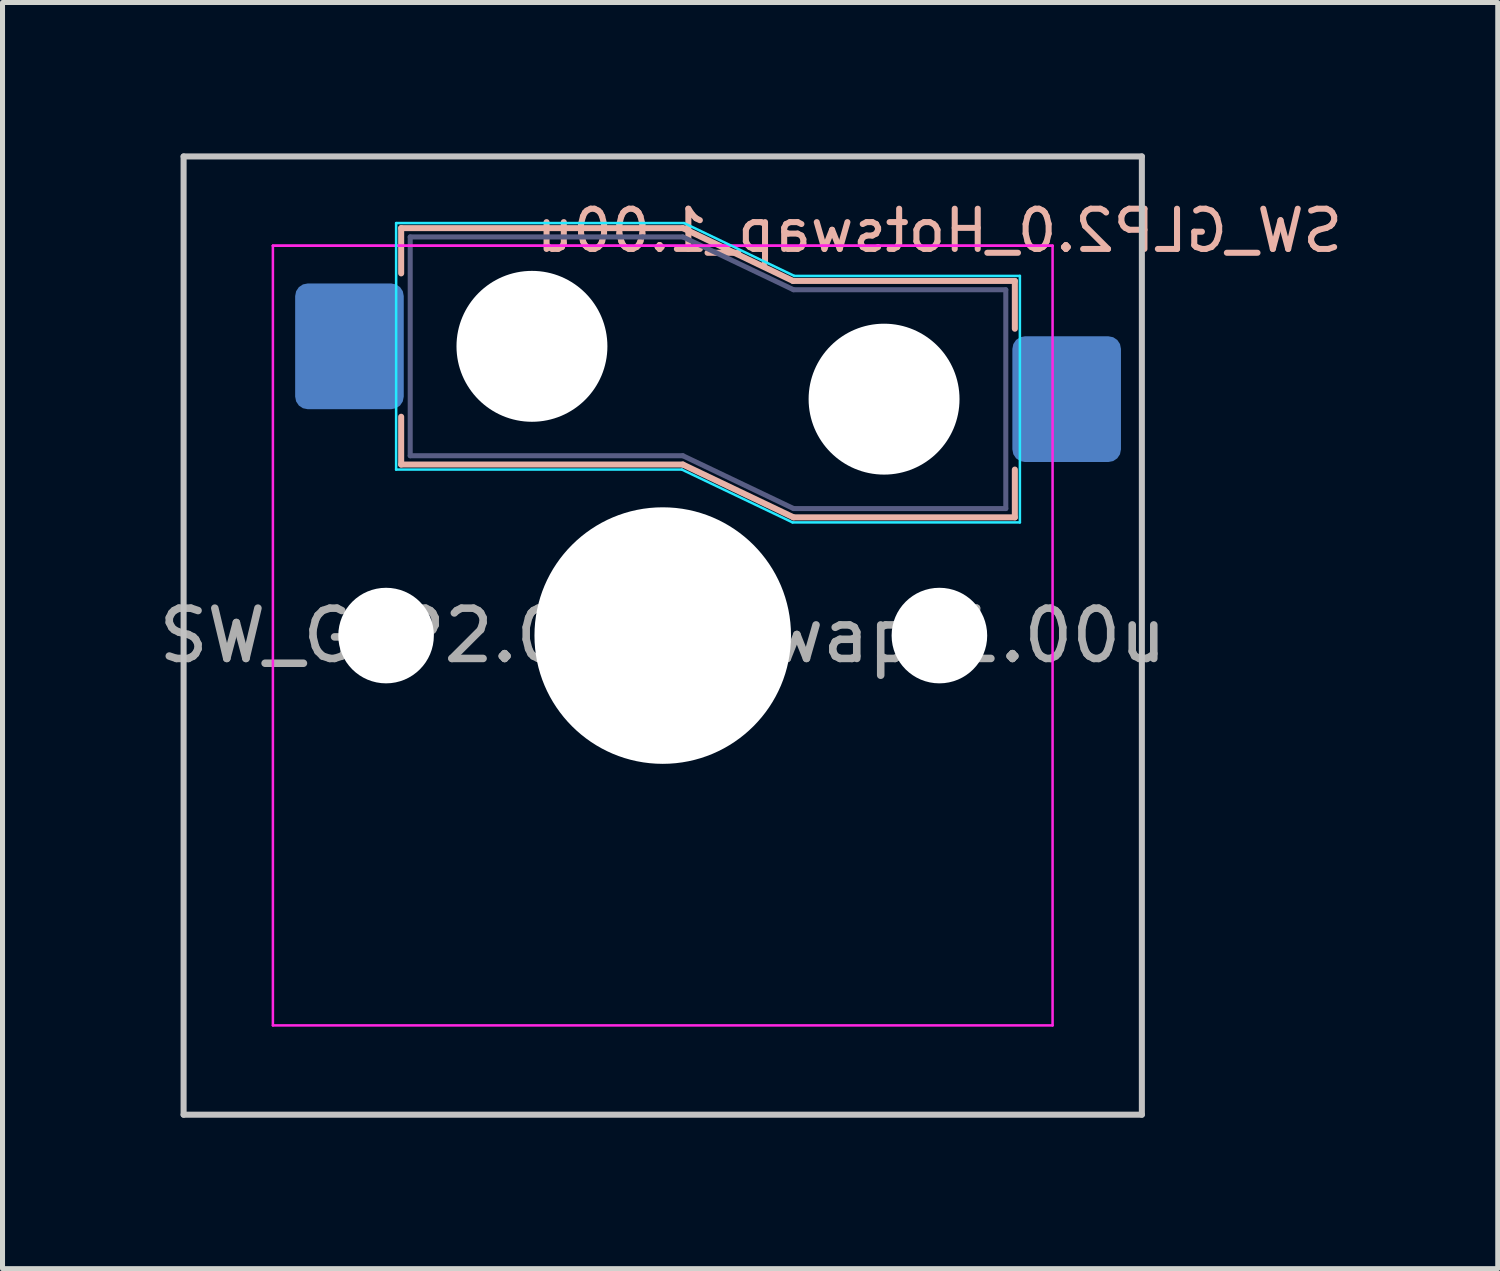
<source format=kicad_pcb>
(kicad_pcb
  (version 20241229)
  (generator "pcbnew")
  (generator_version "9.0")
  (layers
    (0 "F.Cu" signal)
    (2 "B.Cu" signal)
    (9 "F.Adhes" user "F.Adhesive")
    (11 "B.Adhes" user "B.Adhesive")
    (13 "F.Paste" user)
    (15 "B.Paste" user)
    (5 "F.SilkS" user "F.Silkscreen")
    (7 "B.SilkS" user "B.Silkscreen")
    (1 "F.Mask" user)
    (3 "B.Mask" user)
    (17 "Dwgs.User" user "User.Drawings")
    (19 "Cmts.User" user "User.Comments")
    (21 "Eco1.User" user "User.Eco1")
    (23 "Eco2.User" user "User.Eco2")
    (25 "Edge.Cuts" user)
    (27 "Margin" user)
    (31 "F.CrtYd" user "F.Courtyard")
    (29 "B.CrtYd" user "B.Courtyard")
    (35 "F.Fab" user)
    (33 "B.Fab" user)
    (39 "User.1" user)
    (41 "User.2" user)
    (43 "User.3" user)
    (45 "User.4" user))
  (footprint "SW_GLP2.0_Hotswap_1.00u"
    (layer "F.Cu")
    (at 10.125 9.585)
    (property "Reference" "SW_GLP2.0_Hotswap_1.00u" (at 5.5 -8.05 180) (layer "B.SilkS") (effects (font (size 0.8 0.8) (thickness 0.12)) (justify mirror)))
    (attr smd)
    (fp_line (start -5.2 -8.1) (end -5.2 -7.2) (stroke (width 0.12) (type solid)) (layer "B.SilkS"))
    (fp_line (start -5.2 -8.1) (end 0.4 -8.1) (stroke (width 0.12) (type solid)) (layer "B.SilkS"))
    (fp_line (start -5.2 -3.4) (end -5.2 -4.35) (stroke (width 0.12) (type solid)) (layer "B.SilkS"))
    (fp_line (start -5.2 -3.4) (end 0.4 -3.4) (stroke (width 0.12) (type solid)) (layer "B.SilkS"))
    (fp_line (start 2.59 -7.05) (end 0.4 -8.1) (stroke (width 0.12) (type solid)) (layer "B.SilkS"))
    (fp_line (start 2.6 -2.35) (end 0.4 -3.4) (stroke (width 0.12) (type solid)) (layer "B.SilkS"))
    (fp_line (start 7 -7.05) (end 2.59 -7.05) (stroke (width 0.12) (type solid)) (layer "B.SilkS"))
    (fp_line (start 7 -7.05) (end 7 -6.1) (stroke (width 0.12) (type solid)) (layer "B.SilkS"))
    (fp_line (start 7 -2.35) (end 2.6 -2.35) (stroke (width 0.12) (type solid)) (layer "B.SilkS"))
    (fp_line (start 7 -2.35) (end 7 -3.3) (stroke (width 0.12) (type solid)) (layer "B.SilkS"))
    (fp_line (start -9.525 -9.525) (end 9.525 -9.525) (stroke (width 0.12) (type default)) (layer "Dwgs.User"))
    (fp_line (start -9.525 9.525) (end -9.525 -9.525) (stroke (width 0.12) (type default)) (layer "Dwgs.User"))
    (fp_line (start 9.525 9.525) (end -9.525 9.525) (stroke (width 0.12) (type default)) (layer "Dwgs.User"))
    (fp_line (start 9.525 9.525) (end 9.525 -9.525) (stroke (width 0.12) (type default)) (layer "Dwgs.User"))
    (fp_line (start -5.3 -8.2) (end 0.425 -8.2) (stroke (width 0.05) (type solid)) (layer "B.CrtYd"))
    (fp_line (start -5.3 -3.3) (end -5.3 -8.2) (stroke (width 0.05) (type solid)) (layer "B.CrtYd"))
    (fp_line (start -5.3 -3.3) (end 0.38 -3.3) (stroke (width 0.05) (type solid)) (layer "B.CrtYd"))
    (fp_line (start 2.58 -2.25) (end 0.38 -3.3) (stroke (width 0.05) (type solid)) (layer "B.CrtYd"))
    (fp_line (start 2.615 -7.15) (end 0.425 -8.2) (stroke (width 0.05) (type solid)) (layer "B.CrtYd"))
    (fp_line (start 7.1 -7.15) (end 2.615 -7.15) (stroke (width 0.05) (type solid)) (layer "B.CrtYd"))
    (fp_line (start 7.1 -2.25) (end 2.58 -2.25) (stroke (width 0.05) (type solid)) (layer "B.CrtYd"))
    (fp_line (start 7.1 -2.25) (end 7.1 -7.15) (stroke (width 0.05) (type solid)) (layer "B.CrtYd"))
    (fp_line (start -7.75 -7.75) (end 7.75 -7.75) (stroke (width 0.05) (type solid)) (layer "F.CrtYd"))
    (fp_line (start -7.75 -7.75) (end 7.75 -7.75) (stroke (width 0.05) (type solid)) (layer "F.CrtYd"))
    (fp_line (start -7.75 7.75) (end -7.75 -7.75) (stroke (width 0.05) (type solid)) (layer "F.CrtYd"))
    (fp_line (start -7.75 7.75) (end 7.75 7.75) (stroke (width 0.05) (type solid)) (layer "F.CrtYd"))
    (fp_line (start 7.75 -7.75) (end 7.75 7.75) (stroke (width 0.05) (type solid)) (layer "F.CrtYd"))
    (fp_line (start -5.02 -7.925) (end -0.4 -7.925) (stroke (width 0.1) (type solid)) (layer "B.Fab"))
    (fp_line (start -5.02 -3.575) (end -5.02 -7.925) (stroke (width 0.1) (type solid)) (layer "B.Fab"))
    (fp_line (start -5.02 -3.575) (end 0.4 -3.575) (stroke (width 0.1) (type solid)) (layer "B.Fab"))
    (fp_line (start -0.4 -7.925) (end 0.4 -7.925) (stroke (width 0.1) (type solid)) (layer "B.Fab"))
    (fp_line (start 2.6 -6.875) (end 0.4 -7.925) (stroke (width 0.1) (type solid)) (layer "B.Fab"))
    (fp_line (start 2.6 -2.525) (end 0.4 -3.575) (stroke (width 0.1) (type solid)) (layer "B.Fab"))
    (fp_line (start 6.82 -6.875) (end 2.6 -6.875) (stroke (width 0.1) (type solid)) (layer "B.Fab"))
    (fp_line (start 6.82 -2.525) (end 2.6 -2.525) (stroke (width 0.1) (type solid)) (layer "B.Fab"))
    (fp_line (start 6.82 -2.525) (end 6.82 -6.875) (stroke (width 0.1) (type solid)) (layer "B.Fab"))
    (fp_rect (start 7.05 7.05) (end -7.05 -7.05) (stroke (width 0.12) (type default)) (fill no) (layer "User.1"))
    (fp_text user "${REFERENCE}" (at 0 0 180) (layer "F.Fab") (effects (font (size 1 1) (thickness 0.15))))
    (pad "" np_thru_hole circle (at -5.5 0 180) (size 1.9 1.9) (drill 1.9) (layers "*.Cu" "*.Mask"))
    (pad "" np_thru_hole circle (at -2.6 -5.75 180) (size 3 3) (drill 3) (layers "*.Cu" "*.Mask"))
    (pad "" np_thru_hole circle (at 0 0 180) (size 5.1 5.1) (drill 5.1) (layers "*.Cu" "*.Mask"))
    (pad "" np_thru_hole circle (at 4.4 -4.7 180) (size 3 3) (drill 3) (layers "*.Cu" "*.Mask"))
    (pad "" np_thru_hole circle (at 5.5 0 180) (size 1.9 1.9) (drill 1.9) (layers "*.Cu" "*.Mask"))
    (pad "1" smd roundrect (at -6.228 -5.75 180) (size 2.159 2.5) (layers "B.Cu" "B.Mask" "B.Paste") (roundrect_rratio 0.116))
    (pad "2" smd roundrect (at 8.03 -4.7 180) (size 2.159 2.5) (layers "B.Cu" "B.Mask" "B.Paste") (roundrect_rratio 0.116)))
  (gr_rect
    (start -3 -3)
    (end 26.725 22.17)
    (stroke (width 0.1) (type default))
    (fill no)
    (layer "Edge.Cuts")))
</source>
